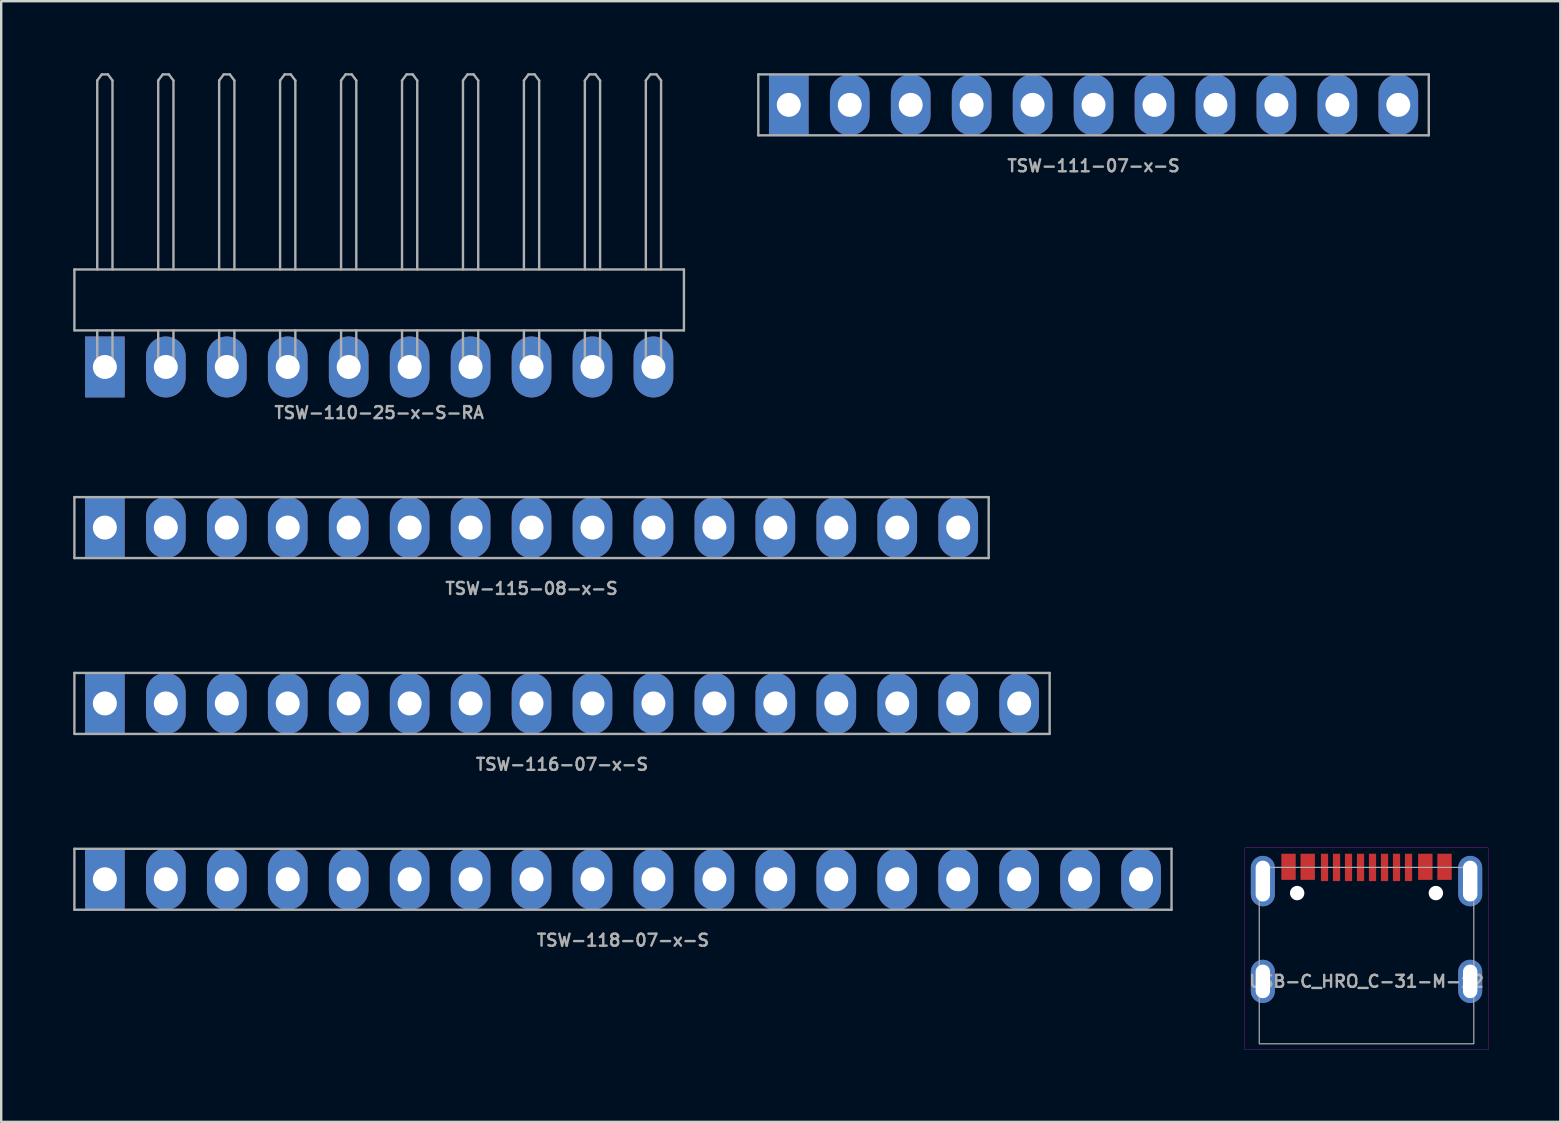
<source format=kicad_pcb>
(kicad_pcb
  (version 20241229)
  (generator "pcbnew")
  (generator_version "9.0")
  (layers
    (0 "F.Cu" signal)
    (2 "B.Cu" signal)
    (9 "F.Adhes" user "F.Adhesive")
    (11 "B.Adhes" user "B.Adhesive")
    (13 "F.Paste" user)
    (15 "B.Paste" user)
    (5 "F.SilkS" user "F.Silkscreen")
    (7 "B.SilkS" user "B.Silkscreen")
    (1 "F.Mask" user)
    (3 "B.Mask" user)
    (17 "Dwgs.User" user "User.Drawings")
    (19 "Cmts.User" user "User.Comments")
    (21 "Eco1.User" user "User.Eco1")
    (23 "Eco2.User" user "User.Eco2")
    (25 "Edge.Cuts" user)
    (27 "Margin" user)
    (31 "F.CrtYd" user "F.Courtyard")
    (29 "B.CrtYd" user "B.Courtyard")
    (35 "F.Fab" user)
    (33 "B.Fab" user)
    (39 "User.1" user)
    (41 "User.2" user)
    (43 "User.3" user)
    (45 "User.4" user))
  (footprint "TSW-116-07-x-S"
    (layer "F.Cu")
    (at 20.37 26.263)
    (property "Reference" "TSW-116-07-x-S" (at 0 2.54 0) (layer "F.Fab") (effects (font (size 0.5 0.5) (thickness 0.1))))
    (attr through_hole)
    (fp_line (start -20.32 -1.27) (end -20.32 1.27) (stroke (width 0.1) (type solid)) (layer "F.Fab"))
    (fp_line (start -20.32 1.27) (end 20.32 1.27) (stroke (width 0.1) (type solid)) (layer "F.Fab"))
    (fp_line (start 20.32 -1.27) (end -20.32 -1.27) (stroke (width 0.1) (type solid)) (layer "F.Fab"))
    (fp_line (start 20.32 1.27) (end 20.32 -1.27) (stroke (width 0.1) (type solid)) (layer "F.Fab"))
    (pad "1" thru_hole rect (at -19.05 0 90) (size 2.54 1.651) (drill 1) (layers "*.Cu" "*.Mask"))
    (pad "2" thru_hole oval (at -16.51 0 90) (size 2.54 1.651) (drill 1) (layers "*.Cu" "*.Mask"))
    (pad "3" thru_hole oval (at -13.97 0 90) (size 2.54 1.651) (drill 1) (layers "*.Cu" "*.Mask"))
    (pad "4" thru_hole oval (at -11.43 0 90) (size 2.54 1.651) (drill 1) (layers "*.Cu" "*.Mask"))
    (pad "5" thru_hole oval (at -8.89 0 90) (size 2.54 1.651) (drill 1) (layers "*.Cu" "*.Mask"))
    (pad "6" thru_hole oval (at -6.35 0 90) (size 2.54 1.651) (drill 1) (layers "*.Cu" "*.Mask"))
    (pad "7" thru_hole oval (at -3.81 0 90) (size 2.54 1.651) (drill 1) (layers "*.Cu" "*.Mask"))
    (pad "8" thru_hole oval (at -1.27 0 90) (size 2.54 1.651) (drill 1) (layers "*.Cu" "*.Mask"))
    (pad "9" thru_hole oval (at 1.27 0 90) (size 2.54 1.651) (drill 1) (layers "*.Cu" "*.Mask"))
    (pad "10" thru_hole oval (at 3.81 0 90) (size 2.54 1.651) (drill 1) (layers "*.Cu" "*.Mask"))
    (pad "11" thru_hole oval (at 6.35 0 90) (size 2.54 1.651) (drill 1) (layers "*.Cu" "*.Mask"))
    (pad "12" thru_hole oval (at 8.89 0 90) (size 2.54 1.651) (drill 1) (layers "*.Cu" "*.Mask"))
    (pad "13" thru_hole oval (at 11.43 0 90) (size 2.54 1.651) (drill 1) (layers "*.Cu" "*.Mask"))
    (pad "14" thru_hole oval (at 13.97 0 90) (size 2.54 1.651) (drill 1) (layers "*.Cu" "*.Mask"))
    (pad "15" thru_hole oval (at 16.51 0 90) (size 2.54 1.651) (drill 1) (layers "*.Cu" "*.Mask"))
    (pad "16" thru_hole oval (at 19.05 0 90) (size 2.54 1.651) (drill 1) (layers "*.Cu" "*.Mask")))
  (footprint "TSW-111-07-x-S"
    (layer "F.Cu")
    (at 42.52 1.32)
    (property "Reference" "TSW-111-07-x-S" (at 0 2.54 0) (layer "F.Fab") (effects (font (size 0.5 0.5) (thickness 0.1))))
    (attr through_hole)
    (fp_line (start -13.97 -1.27) (end -13.97 1.27) (stroke (width 0.1) (type solid)) (layer "F.Fab"))
    (fp_line (start -13.97 1.27) (end 13.97 1.27) (stroke (width 0.1) (type solid)) (layer "F.Fab"))
    (fp_line (start 13.97 -1.27) (end -13.97 -1.27) (stroke (width 0.1) (type solid)) (layer "F.Fab"))
    (fp_line (start 13.97 1.27) (end 13.97 -1.27) (stroke (width 0.1) (type solid)) (layer "F.Fab"))
    (pad "1" thru_hole rect (at -12.7 0 90) (size 2.54 1.651) (drill 1) (layers "*.Cu" "*.Mask"))
    (pad "2" thru_hole oval (at -10.16 0 90) (size 2.54 1.651) (drill 1) (layers "*.Cu" "*.Mask"))
    (pad "3" thru_hole oval (at -7.62 0 90) (size 2.54 1.651) (drill 1) (layers "*.Cu" "*.Mask"))
    (pad "4" thru_hole oval (at -5.08 0 90) (size 2.54 1.651) (drill 1) (layers "*.Cu" "*.Mask"))
    (pad "5" thru_hole oval (at -2.54 0 90) (size 2.54 1.651) (drill 1) (layers "*.Cu" "*.Mask"))
    (pad "6" thru_hole oval (at 0 0 90) (size 2.54 1.651) (drill 1) (layers "*.Cu" "*.Mask"))
    (pad "7" thru_hole oval (at 2.54 0 90) (size 2.54 1.651) (drill 1) (layers "*.Cu" "*.Mask"))
    (pad "8" thru_hole oval (at 5.08 0 90) (size 2.54 1.651) (drill 1) (layers "*.Cu" "*.Mask"))
    (pad "9" thru_hole oval (at 7.62 0 90) (size 2.54 1.651) (drill 1) (layers "*.Cu" "*.Mask"))
    (pad "10" thru_hole oval (at 10.16 0 90) (size 2.54 1.651) (drill 1) (layers "*.Cu" "*.Mask"))
    (pad "11" thru_hole oval (at 12.7 0 90) (size 2.54 1.651) (drill 1) (layers "*.Cu" "*.Mask")))
  (footprint "TSW-110-25-x-S-RA"
    (layer "F.Cu")
    (at 12.75 12.242)
    (property "Reference" "TSW-110-25-x-S-RA" (at 0 1.905 0) (layer "F.Fab") (effects (font (size 0.5 0.5) (thickness 0.1))))
    (attr through_hole)
    (fp_line (start -12.7 -4.064) (end -12.7 -1.524) (stroke (width 0.1) (type solid)) (layer "F.Fab"))
    (fp_line (start -12.7 -1.524) (end 12.7 -1.524) (stroke (width 0.1) (type solid)) (layer "F.Fab"))
    (fp_line (start -11.748 -11.938) (end -11.557 -12.192) (stroke (width 0.1) (type solid)) (layer "F.Fab"))
    (fp_line (start -11.748 -4.064) (end -11.748 -11.938) (stroke (width 0.1) (type solid)) (layer "F.Fab"))
    (fp_line (start -11.748 0.318) (end -11.748 -1.524) (stroke (width 0.1) (type solid)) (layer "F.Fab"))
    (fp_line (start -11.748 0.318) (end -11.113 0.318) (stroke (width 0.1) (type solid)) (layer "F.Fab"))
    (fp_line (start -11.557 -12.192) (end -11.303 -12.192) (stroke (width 0.1) (type solid)) (layer "F.Fab"))
    (fp_line (start -11.303 -12.192) (end -11.113 -11.938) (stroke (width 0.1) (type solid)) (layer "F.Fab"))
    (fp_line (start -11.113 -11.938) (end -11.113 -4.064) (stroke (width 0.1) (type solid)) (layer "F.Fab"))
    (fp_line (start -11.113 -1.524) (end -11.113 0.318) (stroke (width 0.1) (type solid)) (layer "F.Fab"))
    (fp_line (start -9.207 -11.938) (end -9.017 -12.192) (stroke (width 0.1) (type solid)) (layer "F.Fab"))
    (fp_line (start -9.207 -4.064) (end -9.207 -11.938) (stroke (width 0.1) (type solid)) (layer "F.Fab"))
    (fp_line (start -9.207 0.318) (end -9.207 -1.524) (stroke (width 0.1) (type solid)) (layer "F.Fab"))
    (fp_line (start -9.207 0.318) (end -8.572 0.318) (stroke (width 0.1) (type solid)) (layer "F.Fab"))
    (fp_line (start -9.017 -12.192) (end -8.763 -12.192) (stroke (width 0.1) (type solid)) (layer "F.Fab"))
    (fp_line (start -8.763 -12.192) (end -8.572 -11.938) (stroke (width 0.1) (type solid)) (layer "F.Fab"))
    (fp_line (start -8.572 -11.938) (end -8.572 -4.064) (stroke (width 0.1) (type solid)) (layer "F.Fab"))
    (fp_line (start -8.572 -1.524) (end -8.572 0.318) (stroke (width 0.1) (type solid)) (layer "F.Fab"))
    (fp_line (start -6.668 -11.938) (end -6.477 -12.192) (stroke (width 0.1) (type solid)) (layer "F.Fab"))
    (fp_line (start -6.668 -4.064) (end -6.668 -11.938) (stroke (width 0.1) (type solid)) (layer "F.Fab"))
    (fp_line (start -6.668 0.318) (end -6.668 -1.524) (stroke (width 0.1) (type solid)) (layer "F.Fab"))
    (fp_line (start -6.668 0.318) (end -6.032 0.318) (stroke (width 0.1) (type solid)) (layer "F.Fab"))
    (fp_line (start -6.477 -12.192) (end -6.223 -12.192) (stroke (width 0.1) (type solid)) (layer "F.Fab"))
    (fp_line (start -6.223 -12.192) (end -6.032 -11.938) (stroke (width 0.1) (type solid)) (layer "F.Fab"))
    (fp_line (start -6.032 -11.938) (end -6.032 -4.064) (stroke (width 0.1) (type solid)) (layer "F.Fab"))
    (fp_line (start -6.032 -1.524) (end -6.032 0.318) (stroke (width 0.1) (type solid)) (layer "F.Fab"))
    (fp_line (start -4.128 -11.938) (end -3.937 -12.192) (stroke (width 0.1) (type solid)) (layer "F.Fab"))
    (fp_line (start -4.128 -4.064) (end -4.128 -11.938) (stroke (width 0.1) (type solid)) (layer "F.Fab"))
    (fp_line (start -4.128 0.318) (end -4.128 -1.524) (stroke (width 0.1) (type solid)) (layer "F.Fab"))
    (fp_line (start -4.128 0.318) (end -3.493 0.318) (stroke (width 0.1) (type solid)) (layer "F.Fab"))
    (fp_line (start -3.937 -12.192) (end -3.683 -12.192) (stroke (width 0.1) (type solid)) (layer "F.Fab"))
    (fp_line (start -3.683 -12.192) (end -3.493 -11.938) (stroke (width 0.1) (type solid)) (layer "F.Fab"))
    (fp_line (start -3.493 -11.938) (end -3.493 -4.064) (stroke (width 0.1) (type solid)) (layer "F.Fab"))
    (fp_line (start -3.493 -1.524) (end -3.493 0.318) (stroke (width 0.1) (type solid)) (layer "F.Fab"))
    (fp_line (start -1.587 -11.938) (end -1.397 -12.192) (stroke (width 0.1) (type solid)) (layer "F.Fab"))
    (fp_line (start -1.587 -4.064) (end -1.587 -11.938) (stroke (width 0.1) (type solid)) (layer "F.Fab"))
    (fp_line (start -1.587 0.318) (end -1.587 -1.524) (stroke (width 0.1) (type solid)) (layer "F.Fab"))
    (fp_line (start -1.587 0.318) (end -0.953 0.318) (stroke (width 0.1) (type solid)) (layer "F.Fab"))
    (fp_line (start -1.397 -12.192) (end -1.143 -12.192) (stroke (width 0.1) (type solid)) (layer "F.Fab"))
    (fp_line (start -1.143 -12.192) (end -0.953 -11.938) (stroke (width 0.1) (type solid)) (layer "F.Fab"))
    (fp_line (start -0.953 -11.938) (end -0.953 -4.064) (stroke (width 0.1) (type solid)) (layer "F.Fab"))
    (fp_line (start -0.953 -1.524) (end -0.953 0.318) (stroke (width 0.1) (type solid)) (layer "F.Fab"))
    (fp_line (start 0.953 -11.938) (end 1.143 -12.192) (stroke (width 0.1) (type solid)) (layer "F.Fab"))
    (fp_line (start 0.953 -4.064) (end 0.953 -11.938) (stroke (width 0.1) (type solid)) (layer "F.Fab"))
    (fp_line (start 0.953 0.318) (end 0.953 -1.524) (stroke (width 0.1) (type solid)) (layer "F.Fab"))
    (fp_line (start 0.953 0.318) (end 1.587 0.318) (stroke (width 0.1) (type solid)) (layer "F.Fab"))
    (fp_line (start 1.143 -12.192) (end 1.397 -12.192) (stroke (width 0.1) (type solid)) (layer "F.Fab"))
    (fp_line (start 1.397 -12.192) (end 1.587 -11.938) (stroke (width 0.1) (type solid)) (layer "F.Fab"))
    (fp_line (start 1.587 -11.938) (end 1.587 -4.064) (stroke (width 0.1) (type solid)) (layer "F.Fab"))
    (fp_line (start 1.587 -1.524) (end 1.587 0.318) (stroke (width 0.1) (type solid)) (layer "F.Fab"))
    (fp_line (start 3.493 -11.938) (end 3.683 -12.192) (stroke (width 0.1) (type solid)) (layer "F.Fab"))
    (fp_line (start 3.493 -4.064) (end 3.493 -11.938) (stroke (width 0.1) (type solid)) (layer "F.Fab"))
    (fp_line (start 3.493 0.318) (end 3.493 -1.524) (stroke (width 0.1) (type solid)) (layer "F.Fab"))
    (fp_line (start 3.493 0.318) (end 4.128 0.318) (stroke (width 0.1) (type solid)) (layer "F.Fab"))
    (fp_line (start 3.683 -12.192) (end 3.937 -12.192) (stroke (width 0.1) (type solid)) (layer "F.Fab"))
    (fp_line (start 3.937 -12.192) (end 4.128 -11.938) (stroke (width 0.1) (type solid)) (layer "F.Fab"))
    (fp_line (start 4.128 -11.938) (end 4.128 -4.064) (stroke (width 0.1) (type solid)) (layer "F.Fab"))
    (fp_line (start 4.128 -1.524) (end 4.128 0.318) (stroke (width 0.1) (type solid)) (layer "F.Fab"))
    (fp_line (start 6.032 -11.938) (end 6.223 -12.192) (stroke (width 0.1) (type solid)) (layer "F.Fab"))
    (fp_line (start 6.032 -4.064) (end 6.032 -11.938) (stroke (width 0.1) (type solid)) (layer "F.Fab"))
    (fp_line (start 6.032 0.318) (end 6.032 -1.524) (stroke (width 0.1) (type solid)) (layer "F.Fab"))
    (fp_line (start 6.032 0.318) (end 6.668 0.318) (stroke (width 0.1) (type solid)) (layer "F.Fab"))
    (fp_line (start 6.223 -12.192) (end 6.477 -12.192) (stroke (width 0.1) (type solid)) (layer "F.Fab"))
    (fp_line (start 6.477 -12.192) (end 6.668 -11.938) (stroke (width 0.1) (type solid)) (layer "F.Fab"))
    (fp_line (start 6.668 -11.938) (end 6.668 -4.064) (stroke (width 0.1) (type solid)) (layer "F.Fab"))
    (fp_line (start 6.668 -1.524) (end 6.668 0.318) (stroke (width 0.1) (type solid)) (layer "F.Fab"))
    (fp_line (start 8.572 -11.938) (end 8.763 -12.192) (stroke (width 0.1) (type solid)) (layer "F.Fab"))
    (fp_line (start 8.572 -4.064) (end 8.572 -11.938) (stroke (width 0.1) (type solid)) (layer "F.Fab"))
    (fp_line (start 8.572 0.318) (end 8.572 -1.524) (stroke (width 0.1) (type solid)) (layer "F.Fab"))
    (fp_line (start 8.572 0.318) (end 9.207 0.318) (stroke (width 0.1) (type solid)) (layer "F.Fab"))
    (fp_line (start 8.763 -12.192) (end 9.017 -12.192) (stroke (width 0.1) (type solid)) (layer "F.Fab"))
    (fp_line (start 9.017 -12.192) (end 9.207 -11.938) (stroke (width 0.1) (type solid)) (layer "F.Fab"))
    (fp_line (start 9.207 -11.938) (end 9.207 -4.064) (stroke (width 0.1) (type solid)) (layer "F.Fab"))
    (fp_line (start 9.207 -1.524) (end 9.207 0.318) (stroke (width 0.1) (type solid)) (layer "F.Fab"))
    (fp_line (start 11.113 -11.938) (end 11.303 -12.192) (stroke (width 0.1) (type solid)) (layer "F.Fab"))
    (fp_line (start 11.113 -4.064) (end 11.113 -11.938) (stroke (width 0.1) (type solid)) (layer "F.Fab"))
    (fp_line (start 11.113 0.318) (end 11.113 -1.524) (stroke (width 0.1) (type solid)) (layer "F.Fab"))
    (fp_line (start 11.113 0.318) (end 11.748 0.318) (stroke (width 0.1) (type solid)) (layer "F.Fab"))
    (fp_line (start 11.303 -12.192) (end 11.557 -12.192) (stroke (width 0.1) (type solid)) (layer "F.Fab"))
    (fp_line (start 11.557 -12.192) (end 11.748 -11.938) (stroke (width 0.1) (type solid)) (layer "F.Fab"))
    (fp_line (start 11.748 -11.938) (end 11.748 -4.064) (stroke (width 0.1) (type solid)) (layer "F.Fab"))
    (fp_line (start 11.748 -1.524) (end 11.748 0.318) (stroke (width 0.1) (type solid)) (layer "F.Fab"))
    (fp_line (start 12.7 -4.064) (end -12.7 -4.064) (stroke (width 0.1) (type solid)) (layer "F.Fab"))
    (fp_line (start 12.7 -1.524) (end 12.7 -4.064) (stroke (width 0.1) (type solid)) (layer "F.Fab"))
    (pad "1" thru_hole rect (at -11.43 0 90) (size 2.54 1.651) (drill 1) (layers "*.Cu" "*.Mask"))
    (pad "2" thru_hole oval (at -8.89 0 90) (size 2.54 1.651) (drill 1) (layers "*.Cu" "*.Mask"))
    (pad "3" thru_hole oval (at -6.35 0 90) (size 2.54 1.651) (drill 1) (layers "*.Cu" "*.Mask"))
    (pad "4" thru_hole oval (at -3.81 0 90) (size 2.54 1.651) (drill 1) (layers "*.Cu" "*.Mask"))
    (pad "5" thru_hole oval (at -1.27 0 90) (size 2.54 1.651) (drill 1) (layers "*.Cu" "*.Mask"))
    (pad "6" thru_hole oval (at 1.27 0 90) (size 2.54 1.651) (drill 1) (layers "*.Cu" "*.Mask"))
    (pad "7" thru_hole oval (at 3.81 0 90) (size 2.54 1.651) (drill 1) (layers "*.Cu" "*.Mask"))
    (pad "8" thru_hole oval (at 6.35 0 90) (size 2.54 1.651) (drill 1) (layers "*.Cu" "*.Mask"))
    (pad "9" thru_hole oval (at 8.89 0 90) (size 2.54 1.651) (drill 1) (layers "*.Cu" "*.Mask"))
    (pad "10" thru_hole oval (at 11.43 0 90) (size 2.54 1.651) (drill 1) (layers "*.Cu" "*.Mask")))
  (footprint "TSW-115-08-x-S"
    (layer "F.Cu")
    (at 19.1 18.935)
    (property "Reference" "TSW-115-08-x-S" (at 0 2.54 0) (layer "F.Fab") (effects (font (size 0.5 0.5) (thickness 0.1))))
    (attr through_hole)
    (fp_line (start -19.05 -1.27) (end -19.05 1.27) (stroke (width 0.1) (type solid)) (layer "F.Fab"))
    (fp_line (start -19.05 1.27) (end 19.05 1.27) (stroke (width 0.1) (type solid)) (layer "F.Fab"))
    (fp_line (start 19.05 -1.27) (end -19.05 -1.27) (stroke (width 0.1) (type solid)) (layer "F.Fab"))
    (fp_line (start 19.05 1.27) (end 19.05 -1.27) (stroke (width 0.1) (type solid)) (layer "F.Fab"))
    (pad "1" thru_hole rect (at -17.78 0 90) (size 2.54 1.651) (drill 1) (layers "*.Cu" "*.Mask"))
    (pad "2" thru_hole oval (at -15.24 0 90) (size 2.54 1.651) (drill 1) (layers "*.Cu" "*.Mask"))
    (pad "3" thru_hole oval (at -12.7 0 90) (size 2.54 1.651) (drill 1) (layers "*.Cu" "*.Mask"))
    (pad "4" thru_hole oval (at -10.16 0 90) (size 2.54 1.651) (drill 1) (layers "*.Cu" "*.Mask"))
    (pad "5" thru_hole oval (at -7.62 0 90) (size 2.54 1.651) (drill 1) (layers "*.Cu" "*.Mask"))
    (pad "6" thru_hole oval (at -5.08 0 90) (size 2.54 1.651) (drill 1) (layers "*.Cu" "*.Mask"))
    (pad "7" thru_hole oval (at -2.54 0 90) (size 2.54 1.651) (drill 1) (layers "*.Cu" "*.Mask"))
    (pad "8" thru_hole oval (at 0 0 90) (size 2.54 1.651) (drill 1) (layers "*.Cu" "*.Mask"))
    (pad "9" thru_hole oval (at 2.54 0 90) (size 2.54 1.651) (drill 1) (layers "*.Cu" "*.Mask"))
    (pad "10" thru_hole oval (at 5.08 0 90) (size 2.54 1.651) (drill 1) (layers "*.Cu" "*.Mask"))
    (pad "11" thru_hole oval (at 7.62 0 90) (size 2.54 1.651) (drill 1) (layers "*.Cu" "*.Mask"))
    (pad "12" thru_hole oval (at 10.16 0 90) (size 2.54 1.651) (drill 1) (layers "*.Cu" "*.Mask"))
    (pad "13" thru_hole oval (at 12.7 0 90) (size 2.54 1.651) (drill 1) (layers "*.Cu" "*.Mask"))
    (pad "14" thru_hole oval (at 15.24 0 90) (size 2.54 1.651) (drill 1) (layers "*.Cu" "*.Mask"))
    (pad "15" thru_hole oval (at 17.78 0 90) (size 2.54 1.651) (drill 1) (layers "*.Cu" "*.Mask")))
  (footprint "TSW-118-07-x-S"
    (layer "F.Cu")
    (at 22.91 33.591)
    (property "Reference" "TSW-118-07-x-S" (at 0 2.54 0) (layer "F.Fab") (effects (font (size 0.5 0.5) (thickness 0.1))))
    (attr through_hole)
    (fp_line (start -22.86 -1.27) (end -22.86 1.27) (stroke (width 0.1) (type solid)) (layer "F.Fab"))
    (fp_line (start -22.86 1.27) (end 22.86 1.27) (stroke (width 0.1) (type solid)) (layer "F.Fab"))
    (fp_line (start 22.86 -1.27) (end -22.86 -1.27) (stroke (width 0.1) (type solid)) (layer "F.Fab"))
    (fp_line (start 22.86 1.27) (end 22.86 -1.27) (stroke (width 0.1) (type solid)) (layer "F.Fab"))
    (pad "1" thru_hole rect (at -21.59 0 90) (size 2.54 1.651) (drill 1) (layers "*.Cu" "*.Mask"))
    (pad "2" thru_hole oval (at -19.05 0 90) (size 2.54 1.651) (drill 1) (layers "*.Cu" "*.Mask"))
    (pad "3" thru_hole oval (at -16.51 0 90) (size 2.54 1.651) (drill 1) (layers "*.Cu" "*.Mask"))
    (pad "4" thru_hole oval (at -13.97 0 90) (size 2.54 1.651) (drill 1) (layers "*.Cu" "*.Mask"))
    (pad "5" thru_hole oval (at -11.43 0 90) (size 2.54 1.651) (drill 1) (layers "*.Cu" "*.Mask"))
    (pad "6" thru_hole oval (at -8.89 0 90) (size 2.54 1.651) (drill 1) (layers "*.Cu" "*.Mask"))
    (pad "7" thru_hole oval (at -6.35 0 90) (size 2.54 1.651) (drill 1) (layers "*.Cu" "*.Mask"))
    (pad "8" thru_hole oval (at -3.81 0 90) (size 2.54 1.651) (drill 1) (layers "*.Cu" "*.Mask"))
    (pad "9" thru_hole oval (at -1.27 0 90) (size 2.54 1.651) (drill 1) (layers "*.Cu" "*.Mask"))
    (pad "10" thru_hole oval (at 1.27 0 90) (size 2.54 1.651) (drill 1) (layers "*.Cu" "*.Mask"))
    (pad "11" thru_hole oval (at 3.81 0 90) (size 2.54 1.651) (drill 1) (layers "*.Cu" "*.Mask"))
    (pad "12" thru_hole oval (at 6.35 0 90) (size 2.54 1.651) (drill 1) (layers "*.Cu" "*.Mask"))
    (pad "13" thru_hole oval (at 8.89 0 90) (size 2.54 1.651) (drill 1) (layers "*.Cu" "*.Mask"))
    (pad "14" thru_hole oval (at 11.43 0 90) (size 2.54 1.651) (drill 1) (layers "*.Cu" "*.Mask"))
    (pad "15" thru_hole oval (at 13.97 0 90) (size 2.54 1.651) (drill 1) (layers "*.Cu" "*.Mask"))
    (pad "16" thru_hole oval (at 16.51 0 90) (size 2.54 1.651) (drill 1) (layers "*.Cu" "*.Mask"))
    (pad "17" thru_hole oval (at 19.05 0 90) (size 2.54 1.651) (drill 1) (layers "*.Cu" "*.Mask"))
    (pad "18" thru_hole oval (at 21.59 0 90) (size 2.54 1.651) (drill 1) (layers "*.Cu" "*.Mask")))
  (footprint "USB-C_HRO_C-31-M-12"
    (layer "F.Cu")
    (at 53.895 37.846)
    (property "Reference" "USB-C_HRO_C-31-M-12" (at 0 0 0) (layer "F.Fab") (effects (font (size 0.5 0.5) (thickness 0.1))))
    (attr smd)
    (fp_rect (start -5.07 -5.57) (end 5.07 2.85) (stroke (width 0.01) (type solid)) (fill no) (layer "F.CrtYd"))
    (fp_rect (start -4.47 -4.75) (end 4.47 2.6) (stroke (width 0.05) (type solid)) (fill no) (layer "F.Fab"))
    (pad "" np_thru_hole circle (at -2.89 -3.68 180) (size 0.6 0.6) (drill 0.6) (layers "*.Cu" "*.Mask"))
    (pad "" np_thru_hole circle (at 2.89 -3.68 180) (size 0.6 0.6) (drill 0.6) (layers "*.Cu" "*.Mask"))
    (pad "A1-B12" smd rect (at -3.25 -4.775) (size 0.6 1.09) (layers "F.Cu" "F.Mask" "F.Paste"))
    (pad "A4-B9" smd rect (at -2.45 -4.775) (size 0.6 1.09) (layers "F.Cu" "F.Mask" "F.Paste"))
    (pad "A5" smd rect (at -1.25 -4.75) (size 0.3 1.14) (layers "F.Cu" "F.Mask" "F.Paste"))
    (pad "A6" smd rect (at -0.25 -4.75) (size 0.3 1.14) (layers "F.Cu" "F.Mask" "F.Paste"))
    (pad "A7" smd rect (at 0.25 -4.75) (size 0.3 1.14) (layers "F.Cu" "F.Mask" "F.Paste"))
    (pad "A8" smd rect (at 1.25 -4.75) (size 0.3 1.14) (layers "F.Cu" "F.Mask" "F.Paste"))
    (pad "B1-A12" smd rect (at 3.25 -4.775) (size 0.6 1.09) (layers "F.Cu" "F.Mask" "F.Paste"))
    (pad "B4-A9" smd rect (at 2.45 -4.775) (size 0.6 1.09) (layers "F.Cu" "F.Mask" "F.Paste"))
    (pad "B5" smd rect (at 1.75 -4.75) (size 0.3 1.14) (layers "F.Cu" "F.Mask" "F.Paste"))
    (pad "B6" smd rect (at 0.75 -4.75) (size 0.3 1.14) (layers "F.Cu" "F.Mask" "F.Paste"))
    (pad "B7" smd rect (at -0.75 -4.75) (size 0.3 1.14) (layers "F.Cu" "F.Mask" "F.Paste"))
    (pad "B8" smd rect (at -1.75 -4.75) (size 0.3 1.14) (layers "F.Cu" "F.Mask" "F.Paste"))
    (pad "S" thru_hole oval (at -4.32 -4.18) (size 1 2.1) (drill oval 0.6 1.7) (layers "*.Cu" "*.Mask" "F.Paste"))
    (pad "S" thru_hole oval (at -4.32 0) (size 1 1.8) (drill oval 0.6 1.4) (layers "*.Cu" "*.Mask" "F.Paste"))
    (pad "S" thru_hole oval (at 4.32 -4.18) (size 1 2.1) (drill oval 0.6 1.7) (layers "*.Cu" "*.Mask" "F.Paste"))
    (pad "S" thru_hole oval (at 4.32 0) (size 1 1.8) (drill oval 0.6 1.4) (layers "*.Cu" "*.Mask" "F.Paste")))
  (gr_rect
    (start -3 -3)
    (end 61.97 43.701)
    (stroke (width 0.1) (type default))
    (fill no)
    (layer "Edge.Cuts")))
</source>
